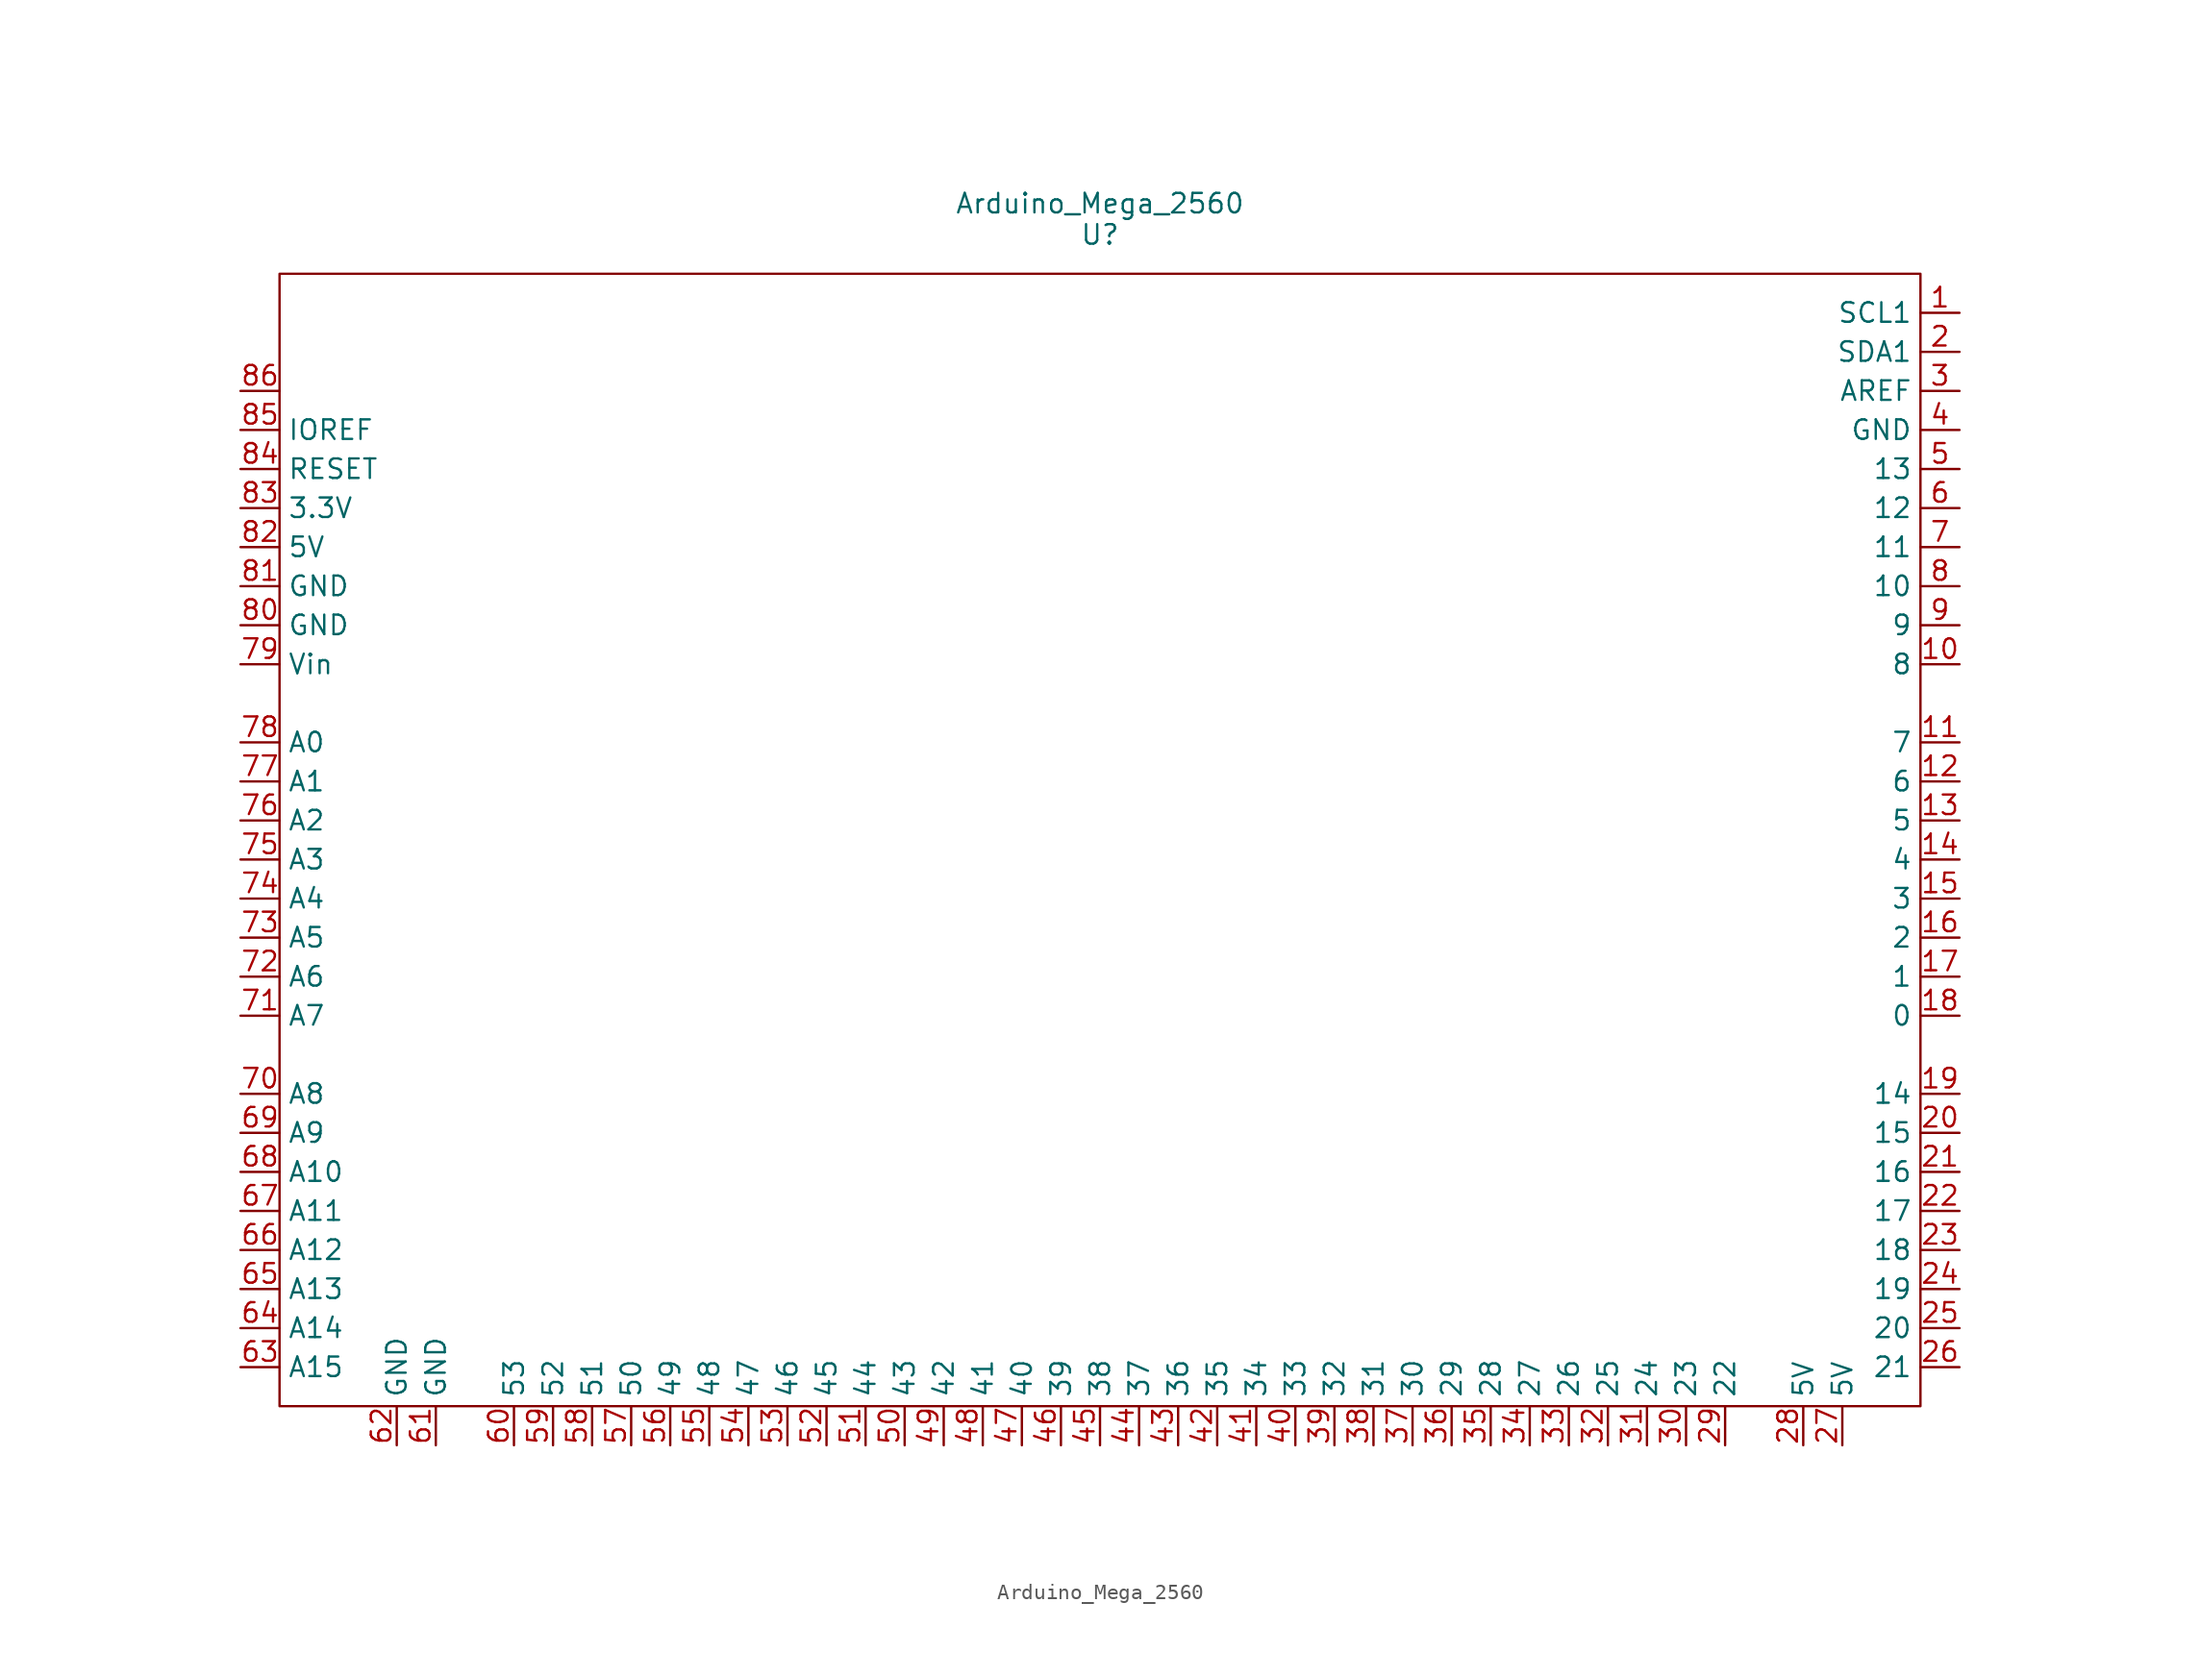
<source format=kicad_sym>
(kicad_symbol_lib
  (version 20241209)
  (generator "kicad_symbol_editor")
  (generator_version "9.0")
  (symbol "Arduino_Mega_2560"
    (property "Reference" "U"
      (at 0 0 0)
      (effects (font (size 1.27 1.27))))
    (property "Value" "Arduino_Mega_2560"
      (at 0 2.032 0)
      (effects (font (size 1.27 1.27))))
    (symbol "Arduino_Mega_2560_0_1"
      (rectangle (start -53.34 -2.54) (end 53.34 -76.2) (stroke (width 0) (type default)) (fill (type none))))
    (symbol "Arduino_Mega_2560_1_1"
      (pin passive line (at -55.88 -10.16 0) (length 2.54) (name "~" (effects (font (size 1.27 1.27)))) (number "86" (effects (font (size 1.27 1.27)))))
      (pin passive line (at -55.88 -12.7 0) (length 2.54) (name "IOREF" (effects (font (size 1.27 1.27)))) (number "85" (effects (font (size 1.27 1.27)))))
      (pin passive line (at -55.88 -15.24 0) (length 2.54) (name "RESET" (effects (font (size 1.27 1.27)))) (number "84" (effects (font (size 1.27 1.27)))))
      (pin passive line (at -55.88 -17.78 0) (length 2.54) (name "3.3V" (effects (font (size 1.27 1.27)))) (number "83" (effects (font (size 1.27 1.27)))))
      (pin passive line (at -55.88 -20.32 0) (length 2.54) (name "5V" (effects (font (size 1.27 1.27)))) (number "82" (effects (font (size 1.27 1.27)))))
      (pin passive line (at -55.88 -22.86 0) (length 2.54) (name "GND" (effects (font (size 1.27 1.27)))) (number "81" (effects (font (size 1.27 1.27)))))
      (pin passive line (at -55.88 -25.4 0) (length 2.54) (name "GND" (effects (font (size 1.27 1.27)))) (number "80" (effects (font (size 1.27 1.27)))))
      (pin passive line (at -55.88 -27.94 0) (length 2.54) (name "Vin" (effects (font (size 1.27 1.27)))) (number "79" (effects (font (size 1.27 1.27)))))
      (pin passive line (at -55.88 -33.02 0) (length 2.54) (name "A0" (effects (font (size 1.27 1.27)))) (number "78" (effects (font (size 1.27 1.27)))))
      (pin passive line (at -55.88 -35.56 0) (length 2.54) (name "A1" (effects (font (size 1.27 1.27)))) (number "77" (effects (font (size 1.27 1.27)))))
      (pin passive line (at -55.88 -38.1 0) (length 2.54) (name "A2" (effects (font (size 1.27 1.27)))) (number "76" (effects (font (size 1.27 1.27)))))
      (pin passive line (at -55.88 -40.64 0) (length 2.54) (name "A3" (effects (font (size 1.27 1.27)))) (number "75" (effects (font (size 1.27 1.27)))))
      (pin passive line (at -55.88 -43.18 0) (length 2.54) (name "A4" (effects (font (size 1.27 1.27)))) (number "74" (effects (font (size 1.27 1.27)))))
      (pin passive line (at -55.88 -45.72 0) (length 2.54) (name "A5" (effects (font (size 1.27 1.27)))) (number "73" (effects (font (size 1.27 1.27)))))
      (pin passive line (at -55.88 -48.26 0) (length 2.54) (name "A6" (effects (font (size 1.27 1.27)))) (number "72" (effects (font (size 1.27 1.27)))))
      (pin passive line (at -55.88 -50.8 0) (length 2.54) (name "A7" (effects (font (size 1.27 1.27)))) (number "71" (effects (font (size 1.27 1.27)))))
      (pin passive line (at -55.88 -55.88 0) (length 2.54) (name "A8" (effects (font (size 1.27 1.27)))) (number "70" (effects (font (size 1.27 1.27)))))
      (pin passive line (at -55.88 -58.42 0) (length 2.54) (name "A9" (effects (font (size 1.27 1.27)))) (number "69" (effects (font (size 1.27 1.27)))))
      (pin passive line (at -55.88 -60.96 0) (length 2.54) (name "A10" (effects (font (size 1.27 1.27)))) (number "68" (effects (font (size 1.27 1.27)))))
      (pin passive line (at -55.88 -63.5 0) (length 2.54) (name "A11" (effects (font (size 1.27 1.27)))) (number "67" (effects (font (size 1.27 1.27)))))
      (pin passive line (at -55.88 -66.04 0) (length 2.54) (name "A12" (effects (font (size 1.27 1.27)))) (number "66" (effects (font (size 1.27 1.27)))))
      (pin passive line (at -55.88 -68.58 0) (length 2.54) (name "A13" (effects (font (size 1.27 1.27)))) (number "65" (effects (font (size 1.27 1.27)))))
      (pin passive line (at -55.88 -71.12 0) (length 2.54) (name "A14" (effects (font (size 1.27 1.27)))) (number "64" (effects (font (size 1.27 1.27)))))
      (pin passive line (at -55.88 -73.66 0) (length 2.54) (name "A15" (effects (font (size 1.27 1.27)))) (number "63" (effects (font (size 1.27 1.27)))))
      (pin passive line (at -45.72 -78.74 90) (length 2.54) (name "GND" (effects (font (size 1.27 1.27)))) (number "62" (effects (font (size 1.27 1.27)))))
      (pin passive line (at -43.18 -78.74 90) (length 2.54) (name "GND" (effects (font (size 1.27 1.27)))) (number "61" (effects (font (size 1.27 1.27)))))
      (pin passive line (at -38.1 -78.74 90) (length 2.54) (name "53" (effects (font (size 1.27 1.27)))) (number "60" (effects (font (size 1.27 1.27)))))
      (pin passive line (at -35.56 -78.74 90) (length 2.54) (name "52" (effects (font (size 1.27 1.27)))) (number "59" (effects (font (size 1.27 1.27)))))
      (pin passive line (at -33.02 -78.74 90) (length 2.54) (name "51" (effects (font (size 1.27 1.27)))) (number "58" (effects (font (size 1.27 1.27)))))
      (pin passive line (at -30.48 -78.74 90) (length 2.54) (name "50" (effects (font (size 1.27 1.27)))) (number "57" (effects (font (size 1.27 1.27)))))
      (pin passive line (at -27.94 -78.74 90) (length 2.54) (name "49" (effects (font (size 1.27 1.27)))) (number "56" (effects (font (size 1.27 1.27)))))
      (pin passive line (at -25.4 -78.74 90) (length 2.54) (name "48" (effects (font (size 1.27 1.27)))) (number "55" (effects (font (size 1.27 1.27)))))
      (pin passive line (at -22.86 -78.74 90) (length 2.54) (name "47" (effects (font (size 1.27 1.27)))) (number "54" (effects (font (size 1.27 1.27)))))
      (pin passive line (at -20.32 -78.74 90) (length 2.54) (name "46" (effects (font (size 1.27 1.27)))) (number "53" (effects (font (size 1.27 1.27)))))
      (pin passive line (at -17.78 -78.74 90) (length 2.54) (name "45" (effects (font (size 1.27 1.27)))) (number "52" (effects (font (size 1.27 1.27)))))
      (pin passive line (at -15.24 -78.74 90) (length 2.54) (name "44" (effects (font (size 1.27 1.27)))) (number "51" (effects (font (size 1.27 1.27)))))
      (pin passive line (at -12.7 -78.74 90) (length 2.54) (name "43" (effects (font (size 1.27 1.27)))) (number "50" (effects (font (size 1.27 1.27)))))
      (pin passive line (at -10.16 -78.74 90) (length 2.54) (name "42" (effects (font (size 1.27 1.27)))) (number "49" (effects (font (size 1.27 1.27)))))
      (pin passive line (at -7.62 -78.74 90) (length 2.54) (name "41" (effects (font (size 1.27 1.27)))) (number "48" (effects (font (size 1.27 1.27)))))
      (pin passive line (at -5.08 -78.74 90) (length 2.54) (name "40" (effects (font (size 1.27 1.27)))) (number "47" (effects (font (size 1.27 1.27)))))
      (pin passive line (at -2.54 -78.74 90) (length 2.54) (name "39" (effects (font (size 1.27 1.27)))) (number "46" (effects (font (size 1.27 1.27)))))
      (pin passive line (at 0 -78.74 90) (length 2.54) (name "38" (effects (font (size 1.27 1.27)))) (number "45" (effects (font (size 1.27 1.27)))))
      (pin passive line (at 2.54 -78.74 90) (length 2.54) (name "37" (effects (font (size 1.27 1.27)))) (number "44" (effects (font (size 1.27 1.27)))))
      (pin passive line (at 5.08 -78.74 90) (length 2.54) (name "36" (effects (font (size 1.27 1.27)))) (number "43" (effects (font (size 1.27 1.27)))))
      (pin passive line (at 7.62 -78.74 90) (length 2.54) (name "35" (effects (font (size 1.27 1.27)))) (number "42" (effects (font (size 1.27 1.27)))))
      (pin passive line (at 10.16 -78.74 90) (length 2.54) (name "34" (effects (font (size 1.27 1.27)))) (number "41" (effects (font (size 1.27 1.27)))))
      (pin passive line (at 12.7 -78.74 90) (length 2.54) (name "33" (effects (font (size 1.27 1.27)))) (number "40" (effects (font (size 1.27 1.27)))))
      (pin passive line (at 15.24 -78.74 90) (length 2.54) (name "32" (effects (font (size 1.27 1.27)))) (number "39" (effects (font (size 1.27 1.27)))))
      (pin passive line (at 17.78 -78.74 90) (length 2.54) (name "31" (effects (font (size 1.27 1.27)))) (number "38" (effects (font (size 1.27 1.27)))))
      (pin passive line (at 20.32 -78.74 90) (length 2.54) (name "30" (effects (font (size 1.27 1.27)))) (number "37" (effects (font (size 1.27 1.27)))))
      (pin passive line (at 22.86 -78.74 90) (length 2.54) (name "29" (effects (font (size 1.27 1.27)))) (number "36" (effects (font (size 1.27 1.27)))))
      (pin passive line (at 25.4 -78.74 90) (length 2.54) (name "28" (effects (font (size 1.27 1.27)))) (number "35" (effects (font (size 1.27 1.27)))))
      (pin passive line (at 27.94 -78.74 90) (length 2.54) (name "27" (effects (font (size 1.27 1.27)))) (number "34" (effects (font (size 1.27 1.27)))))
      (pin passive line (at 30.48 -78.74 90) (length 2.54) (name "26" (effects (font (size 1.27 1.27)))) (number "33" (effects (font (size 1.27 1.27)))))
      (pin passive line (at 33.02 -78.74 90) (length 2.54) (name "25" (effects (font (size 1.27 1.27)))) (number "32" (effects (font (size 1.27 1.27)))))
      (pin passive line (at 35.56 -78.74 90) (length 2.54) (name "24" (effects (font (size 1.27 1.27)))) (number "31" (effects (font (size 1.27 1.27)))))
      (pin passive line (at 38.1 -78.74 90) (length 2.54) (name "23" (effects (font (size 1.27 1.27)))) (number "30" (effects (font (size 1.27 1.27)))))
      (pin passive line (at 40.64 -78.74 90) (length 2.54) (name "22" (effects (font (size 1.27 1.27)))) (number "29" (effects (font (size 1.27 1.27)))))
      (pin passive line (at 45.72 -78.74 90) (length 2.54) (name "5V" (effects (font (size 1.27 1.27)))) (number "28" (effects (font (size 1.27 1.27)))))
      (pin passive line (at 48.26 -78.74 90) (length 2.54) (name "5V" (effects (font (size 1.27 1.27)))) (number "27" (effects (font (size 1.27 1.27)))))
      (pin passive line (at 55.88 -5.08 180) (length 2.54) (name "SCL1" (effects (font (size 1.27 1.27)))) (number "1" (effects (font (size 1.27 1.27)))))
      (pin passive line (at 55.88 -7.62 180) (length 2.54) (name "SDA1" (effects (font (size 1.27 1.27)))) (number "2" (effects (font (size 1.27 1.27)))))
      (pin passive line (at 55.88 -10.16 180) (length 2.54) (name "AREF" (effects (font (size 1.27 1.27)))) (number "3" (effects (font (size 1.27 1.27)))))
      (pin passive line (at 55.88 -12.7 180) (length 2.54) (name "GND" (effects (font (size 1.27 1.27)))) (number "4" (effects (font (size 1.27 1.27)))))
      (pin passive line (at 55.88 -15.24 180) (length 2.54) (name "13" (effects (font (size 1.27 1.27)))) (number "5" (effects (font (size 1.27 1.27)))))
      (pin passive line (at 55.88 -17.78 180) (length 2.54) (name "12" (effects (font (size 1.27 1.27)))) (number "6" (effects (font (size 1.27 1.27)))))
      (pin passive line (at 55.88 -20.32 180) (length 2.54) (name "11" (effects (font (size 1.27 1.27)))) (number "7" (effects (font (size 1.27 1.27)))))
      (pin passive line (at 55.88 -22.86 180) (length 2.54) (name "10" (effects (font (size 1.27 1.27)))) (number "8" (effects (font (size 1.27 1.27)))))
      (pin passive line (at 55.88 -25.4 180) (length 2.54) (name "9" (effects (font (size 1.27 1.27)))) (number "9" (effects (font (size 1.27 1.27)))))
      (pin passive line (at 55.88 -27.94 180) (length 2.54) (name "8" (effects (font (size 1.27 1.27)))) (number "10" (effects (font (size 1.27 1.27)))))
      (pin passive line (at 55.88 -33.02 180) (length 2.54) (name "7" (effects (font (size 1.27 1.27)))) (number "11" (effects (font (size 1.27 1.27)))))
      (pin passive line (at 55.88 -35.56 180) (length 2.54) (name "6" (effects (font (size 1.27 1.27)))) (number "12" (effects (font (size 1.27 1.27)))))
      (pin passive line (at 55.88 -38.1 180) (length 2.54) (name "5" (effects (font (size 1.27 1.27)))) (number "13" (effects (font (size 1.27 1.27)))))
      (pin passive line (at 55.88 -40.64 180) (length 2.54) (name "4" (effects (font (size 1.27 1.27)))) (number "14" (effects (font (size 1.27 1.27)))))
      (pin passive line (at 55.88 -43.18 180) (length 2.54) (name "3" (effects (font (size 1.27 1.27)))) (number "15" (effects (font (size 1.27 1.27)))))
      (pin passive line (at 55.88 -45.72 180) (length 2.54) (name "2" (effects (font (size 1.27 1.27)))) (number "16" (effects (font (size 1.27 1.27)))))
      (pin passive line (at 55.88 -48.26 180) (length 2.54) (name "1" (effects (font (size 1.27 1.27)))) (number "17" (effects (font (size 1.27 1.27)))))
      (pin passive line (at 55.88 -50.8 180) (length 2.54) (name "0" (effects (font (size 1.27 1.27)))) (number "18" (effects (font (size 1.27 1.27)))))
      (pin passive line (at 55.88 -55.88 180) (length 2.54) (name "14" (effects (font (size 1.27 1.27)))) (number "19" (effects (font (size 1.27 1.27)))))
      (pin passive line (at 55.88 -58.42 180) (length 2.54) (name "15" (effects (font (size 1.27 1.27)))) (number "20" (effects (font (size 1.27 1.27)))))
      (pin passive line (at 55.88 -60.96 180) (length 2.54) (name "16" (effects (font (size 1.27 1.27)))) (number "21" (effects (font (size 1.27 1.27)))))
      (pin passive line (at 55.88 -63.5 180) (length 2.54) (name "17" (effects (font (size 1.27 1.27)))) (number "22" (effects (font (size 1.27 1.27)))))
      (pin passive line (at 55.88 -66.04 180) (length 2.54) (name "18" (effects (font (size 1.27 1.27)))) (number "23" (effects (font (size 1.27 1.27)))))
      (pin passive line (at 55.88 -68.58 180) (length 2.54) (name "19" (effects (font (size 1.27 1.27)))) (number "24" (effects (font (size 1.27 1.27)))))
      (pin passive line (at 55.88 -71.12 180) (length 2.54) (name "20" (effects (font (size 1.27 1.27)))) (number "25" (effects (font (size 1.27 1.27)))))
      (pin passive line (at 55.88 -73.66 180) (length 2.54) (name "21" (effects (font (size 1.27 1.27)))) (number "26" (effects (font (size 1.27 1.27))))))))
</source>
